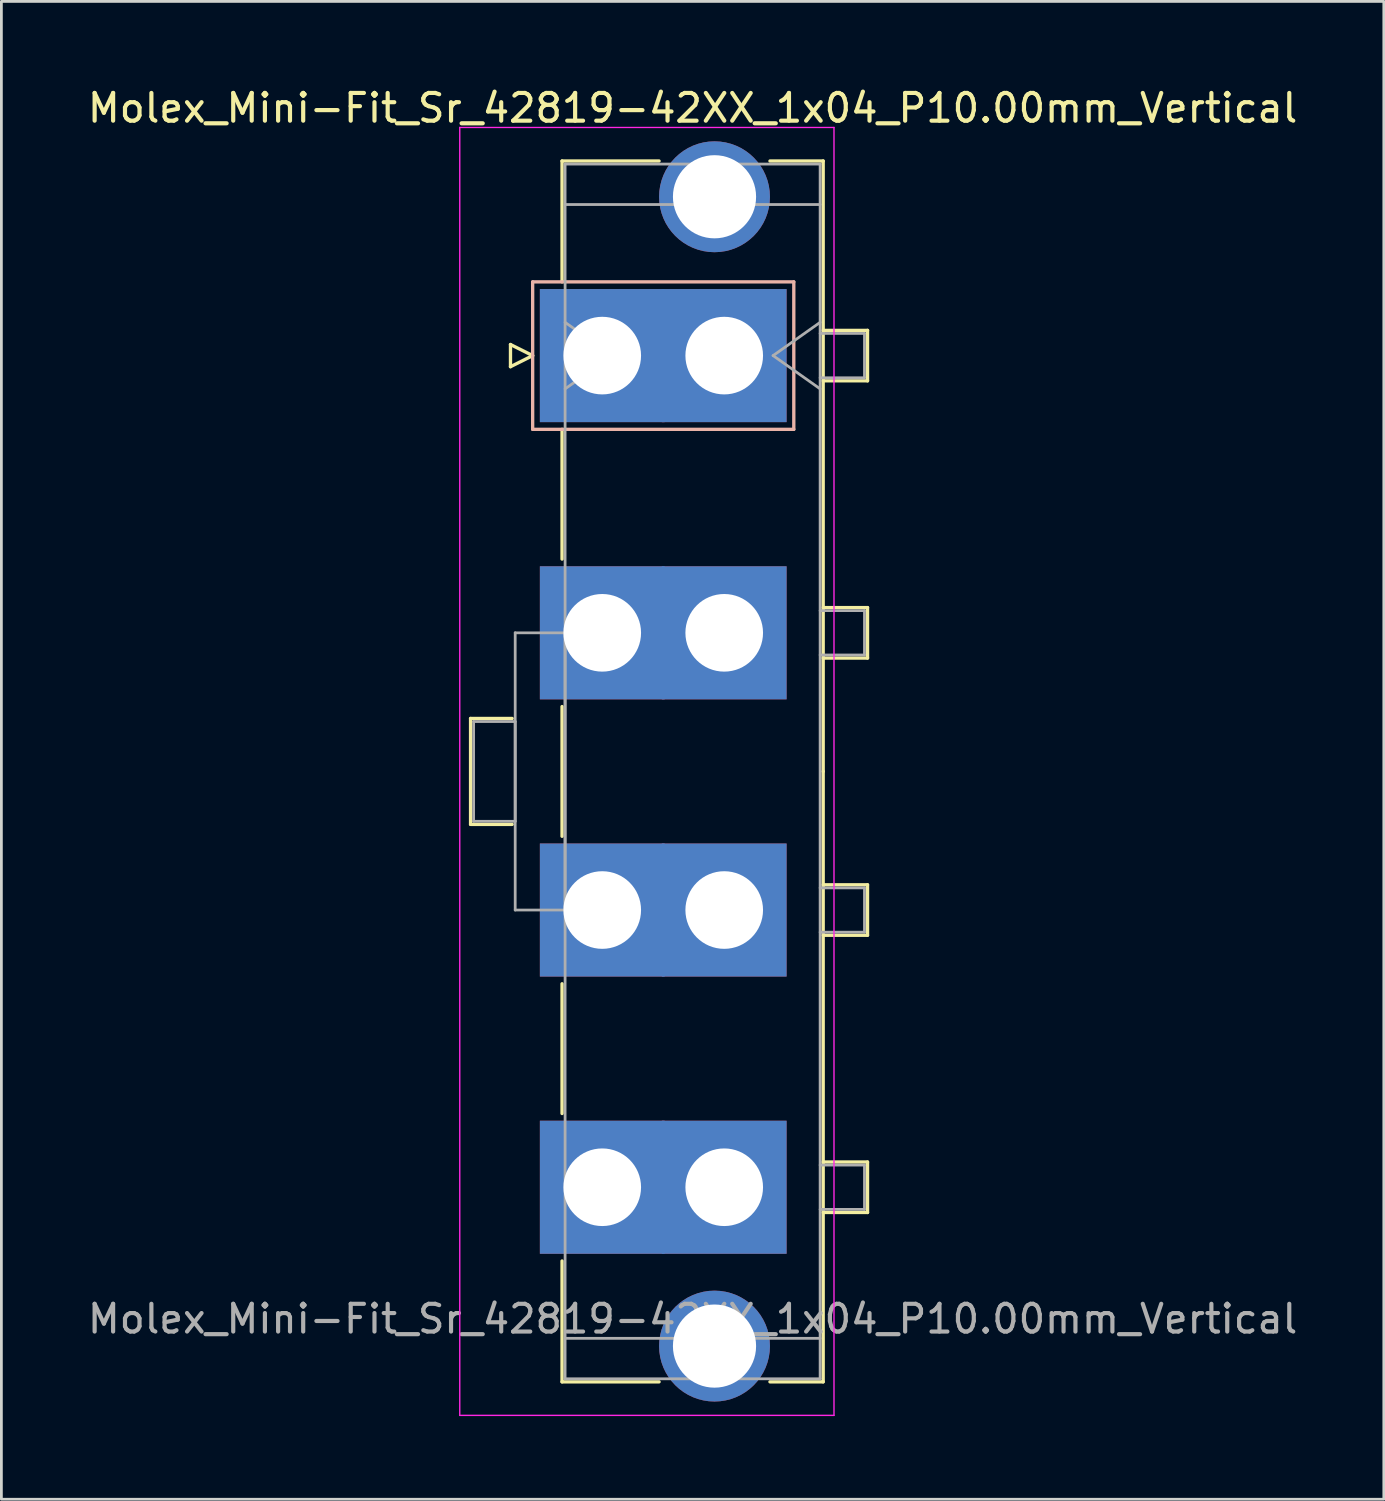
<source format=kicad_pcb>
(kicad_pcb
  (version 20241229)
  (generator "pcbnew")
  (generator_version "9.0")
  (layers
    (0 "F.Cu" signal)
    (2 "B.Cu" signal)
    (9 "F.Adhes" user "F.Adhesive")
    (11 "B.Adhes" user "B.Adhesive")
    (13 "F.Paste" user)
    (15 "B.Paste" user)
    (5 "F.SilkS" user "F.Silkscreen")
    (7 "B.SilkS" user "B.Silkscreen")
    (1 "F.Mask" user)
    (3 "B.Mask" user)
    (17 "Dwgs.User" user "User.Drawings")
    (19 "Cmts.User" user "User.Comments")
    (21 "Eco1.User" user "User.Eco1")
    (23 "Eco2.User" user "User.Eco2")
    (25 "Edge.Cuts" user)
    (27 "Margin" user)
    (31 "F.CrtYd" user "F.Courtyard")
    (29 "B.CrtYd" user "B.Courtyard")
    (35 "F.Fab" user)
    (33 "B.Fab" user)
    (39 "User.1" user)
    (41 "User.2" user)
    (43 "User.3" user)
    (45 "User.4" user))
  (footprint "Molex_Mini-Fit_Sr_42819-42XX_1x04_P10.00mm_Vertical"
    (layer "F.Cu")
    (at 18.675 9.778)
    (property "Reference" "Molex_Mini-Fit_Sr_42819-42XX_1x04_P10.00mm_Vertical" (at 3.26 -8.93 0) (layer "F.SilkS") (effects (font (size 1 1) (thickness 0.15))))
    (attr through_hole)
    (fp_line (start -4.75 13.09) (end -4.75 16.91) (stroke (width 0.12) (type solid)) (layer "F.SilkS"))
    (fp_line (start -4.75 16.91) (end -3.25 16.91) (stroke (width 0.12) (type solid)) (layer "F.SilkS"))
    (fp_line (start -3.31 -0.4) (end -3.31 0.4) (stroke (width 0.12) (type solid)) (layer "F.SilkS"))
    (fp_line (start -3.31 0.4) (end -2.51 0) (stroke (width 0.12) (type solid)) (layer "F.SilkS"))
    (fp_line (start -3.25 13.09) (end -4.75 13.09) (stroke (width 0.12) (type solid)) (layer "F.SilkS"))
    (fp_line (start -2.51 0) (end -3.31 -0.4) (stroke (width 0.12) (type solid)) (layer "F.SilkS"))
    (fp_line (start -1.45 -7.02) (end 2.05 -7.02) (stroke (width 0.12) (type solid)) (layer "F.SilkS"))
    (fp_line (start -1.45 -2.66) (end -1.45 -7.02) (stroke (width 0.12) (type solid)) (layer "F.SilkS"))
    (fp_line (start -1.45 2.66) (end -1.45 7.34) (stroke (width 0.12) (type solid)) (layer "F.SilkS"))
    (fp_line (start -1.45 12.66) (end -1.45 17.34) (stroke (width 0.12) (type solid)) (layer "F.SilkS"))
    (fp_line (start -1.45 22.66) (end -1.45 27.34) (stroke (width 0.12) (type solid)) (layer "F.SilkS"))
    (fp_line (start -1.45 32.66) (end -1.45 37.02) (stroke (width 0.12) (type solid)) (layer "F.SilkS"))
    (fp_line (start -1.45 37.02) (end 2.05 37.02) (stroke (width 0.12) (type solid)) (layer "F.SilkS"))
    (fp_line (start 6.05 -7.02) (end 7.97 -7.02) (stroke (width 0.12) (type solid)) (layer "F.SilkS"))
    (fp_line (start 6.05 37.02) (end 7.97 37.02) (stroke (width 0.12) (type solid)) (layer "F.SilkS"))
    (fp_line (start 7.97 -7.02) (end 7.97 15) (stroke (width 0.12) (type solid)) (layer "F.SilkS"))
    (fp_line (start 7.97 -0.91) (end 9.57 -0.91) (stroke (width 0.12) (type solid)) (layer "F.SilkS"))
    (fp_line (start 7.97 9.09) (end 9.57 9.09) (stroke (width 0.12) (type solid)) (layer "F.SilkS"))
    (fp_line (start 7.97 19.09) (end 9.57 19.09) (stroke (width 0.12) (type solid)) (layer "F.SilkS"))
    (fp_line (start 7.97 29.09) (end 9.57 29.09) (stroke (width 0.12) (type solid)) (layer "F.SilkS"))
    (fp_line (start 7.97 37.02) (end 7.97 15) (stroke (width 0.12) (type solid)) (layer "F.SilkS"))
    (fp_line (start 9.57 -0.91) (end 9.57 0.91) (stroke (width 0.12) (type solid)) (layer "F.SilkS"))
    (fp_line (start 9.57 0.91) (end 7.97 0.91) (stroke (width 0.12) (type solid)) (layer "F.SilkS"))
    (fp_line (start 9.57 9.09) (end 9.57 10.91) (stroke (width 0.12) (type solid)) (layer "F.SilkS"))
    (fp_line (start 9.57 10.91) (end 7.97 10.91) (stroke (width 0.12) (type solid)) (layer "F.SilkS"))
    (fp_line (start 9.57 19.09) (end 9.57 20.91) (stroke (width 0.12) (type solid)) (layer "F.SilkS"))
    (fp_line (start 9.57 20.91) (end 7.97 20.91) (stroke (width 0.12) (type solid)) (layer "F.SilkS"))
    (fp_line (start 9.57 29.09) (end 9.57 30.91) (stroke (width 0.12) (type solid)) (layer "F.SilkS"))
    (fp_line (start 9.57 30.91) (end 7.97 30.91) (stroke (width 0.12) (type solid)) (layer "F.SilkS"))
    (fp_line (start -2.51 -2.66) (end -2.51 2.66) (stroke (width 0.12) (type solid)) (layer "B.SilkS"))
    (fp_line (start -2.51 2.66) (end 6.91 2.66) (stroke (width 0.12) (type solid)) (layer "B.SilkS"))
    (fp_line (start 6.91 -2.66) (end -2.51 -2.66) (stroke (width 0.12) (type solid)) (layer "B.SilkS"))
    (fp_line (start 6.91 2.66) (end 6.91 -2.66) (stroke (width 0.12) (type solid)) (layer "B.SilkS"))
    (fp_line (start -5.14 -8.23) (end -5.14 38.23) (stroke (width 0.05) (type solid)) (layer "F.CrtYd"))
    (fp_line (start -5.14 38.23) (end 8.36 38.23) (stroke (width 0.05) (type solid)) (layer "F.CrtYd"))
    (fp_line (start 8.36 -8.23) (end -5.14 -8.23) (stroke (width 0.05) (type solid)) (layer "F.CrtYd"))
    (fp_line (start 8.36 38.23) (end 8.36 -8.23) (stroke (width 0.05) (type solid)) (layer "F.CrtYd"))
    (fp_line (start -4.64 13.2) (end -3.14 13.2) (stroke (width 0.1) (type solid)) (layer "F.Fab"))
    (fp_line (start -4.64 16.8) (end -4.64 13.2) (stroke (width 0.1) (type solid)) (layer "F.Fab"))
    (fp_line (start -3.14 10) (end -1.34 10) (stroke (width 0.1) (type solid)) (layer "F.Fab"))
    (fp_line (start -3.14 13.2) (end -3.14 16.8) (stroke (width 0.1) (type solid)) (layer "F.Fab"))
    (fp_line (start -3.14 16.8) (end -4.64 16.8) (stroke (width 0.1) (type solid)) (layer "F.Fab"))
    (fp_line (start -3.14 20) (end -3.14 10) (stroke (width 0.1) (type solid)) (layer "F.Fab"))
    (fp_line (start -1.34 -6.91) (end -1.34 36.91) (stroke (width 0.1) (type solid)) (layer "F.Fab"))
    (fp_line (start -1.34 -5.45) (end 7.86 -5.45) (stroke (width 0.1) (type solid)) (layer "F.Fab"))
    (fp_line (start -1.34 -1.2) (end 0.357 0) (stroke (width 0.1) (type solid)) (layer "F.Fab"))
    (fp_line (start -1.34 10) (end -1.34 20) (stroke (width 0.1) (type solid)) (layer "F.Fab"))
    (fp_line (start -1.34 20) (end -3.14 20) (stroke (width 0.1) (type solid)) (layer "F.Fab"))
    (fp_line (start -1.34 35.45) (end 7.86 35.45) (stroke (width 0.1) (type solid)) (layer "F.Fab"))
    (fp_line (start -1.34 36.91) (end 7.86 36.91) (stroke (width 0.1) (type solid)) (layer "F.Fab"))
    (fp_line (start 0.357 0) (end -1.34 1.2) (stroke (width 0.1) (type solid)) (layer "F.Fab"))
    (fp_line (start 6.163 0) (end 7.86 1.2) (stroke (width 0.1) (type solid)) (layer "F.Fab"))
    (fp_line (start 7.86 -6.91) (end -1.34 -6.91) (stroke (width 0.1) (type solid)) (layer "F.Fab"))
    (fp_line (start 7.86 -1.2) (end 6.163 0) (stroke (width 0.1) (type solid)) (layer "F.Fab"))
    (fp_line (start 7.86 -0.8) (end 9.46 -0.8) (stroke (width 0.1) (type solid)) (layer "F.Fab"))
    (fp_line (start 7.86 9.2) (end 9.46 9.2) (stroke (width 0.1) (type solid)) (layer "F.Fab"))
    (fp_line (start 7.86 19.2) (end 9.46 19.2) (stroke (width 0.1) (type solid)) (layer "F.Fab"))
    (fp_line (start 7.86 29.2) (end 9.46 29.2) (stroke (width 0.1) (type solid)) (layer "F.Fab"))
    (fp_line (start 7.86 36.91) (end 7.86 -6.91) (stroke (width 0.1) (type solid)) (layer "F.Fab"))
    (fp_line (start 9.46 -0.8) (end 9.46 0.8) (stroke (width 0.1) (type solid)) (layer "F.Fab"))
    (fp_line (start 9.46 0.8) (end 7.86 0.8) (stroke (width 0.1) (type solid)) (layer "F.Fab"))
    (fp_line (start 9.46 9.2) (end 9.46 10.8) (stroke (width 0.1) (type solid)) (layer "F.Fab"))
    (fp_line (start 9.46 10.8) (end 7.86 10.8) (stroke (width 0.1) (type solid)) (layer "F.Fab"))
    (fp_line (start 9.46 19.2) (end 9.46 20.8) (stroke (width 0.1) (type solid)) (layer "F.Fab"))
    (fp_line (start 9.46 20.8) (end 7.86 20.8) (stroke (width 0.1) (type solid)) (layer "F.Fab"))
    (fp_line (start 9.46 29.2) (end 9.46 30.8) (stroke (width 0.1) (type solid)) (layer "F.Fab"))
    (fp_line (start 9.46 30.8) (end 7.86 30.8) (stroke (width 0.1) (type solid)) (layer "F.Fab"))
    (fp_text user "${REFERENCE}" (at 3.26 34.75 0) (layer "F.Fab") (effects (font (size 1 1) (thickness 0.15))))
    (pad "" thru_hole circle (at 4.05 -5.73) (size 4 4) (drill 3) (layers "*.Cu" "*.Mask"))
    (pad "" thru_hole circle (at 4.05 35.73) (size 4 4) (drill 3) (layers "*.Cu" "*.Mask"))
    (pad "1" thru_hole rect (at 0 0) (size 4.5 4.8) (drill 2.8) (layers "*.Cu" "*.Mask"))
    (pad "1" thru_hole rect (at 4.4 0) (size 4.5 4.8) (drill 2.8) (layers "*.Cu" "*.Mask"))
    (pad "2" thru_hole rect (at 0 10) (size 4.5 4.8) (drill 2.8) (layers "*.Cu" "*.Mask"))
    (pad "2" thru_hole rect (at 4.4 10) (size 4.5 4.8) (drill 2.8) (layers "*.Cu" "*.Mask"))
    (pad "3" thru_hole rect (at 0 20) (size 4.5 4.8) (drill 2.8) (layers "*.Cu" "*.Mask"))
    (pad "3" thru_hole rect (at 4.4 20) (size 4.5 4.8) (drill 2.8) (layers "*.Cu" "*.Mask"))
    (pad "4" thru_hole rect (at 0 30) (size 4.5 4.8) (drill 2.8) (layers "*.Cu" "*.Mask"))
    (pad "4" thru_hole rect (at 4.4 30) (size 4.5 4.8) (drill 2.8) (layers "*.Cu" "*.Mask")))
  (gr_rect
    (start -3 -3)
    (end 46.869 51.033)
    (stroke (width 0.1) (type default))
    (fill no)
    (layer "Edge.Cuts")))
</source>
